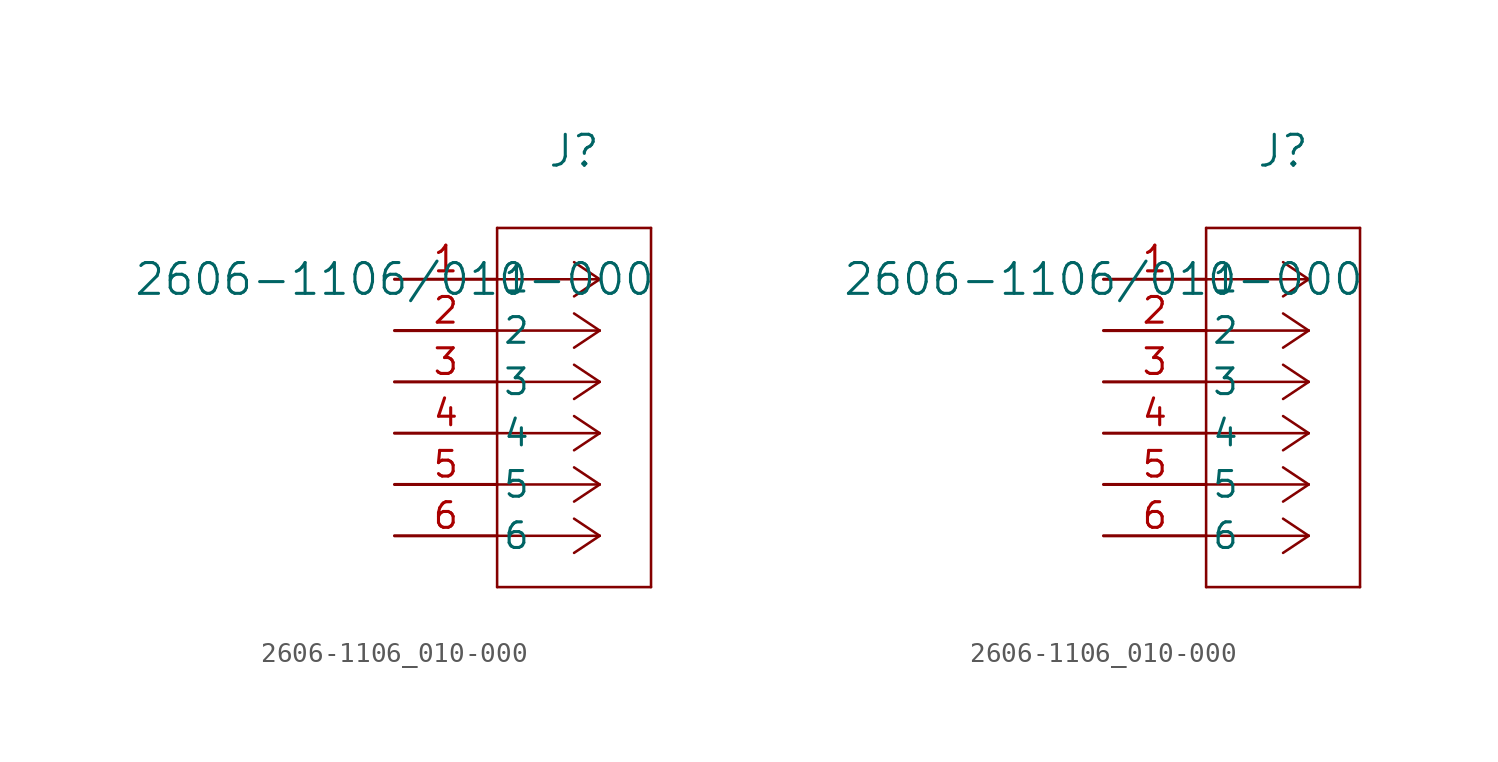
<source format=kicad_sym>
(kicad_symbol_lib
  (version 20211014)
  (generator kicad_symbol_editor)
  (symbol "2606-1106_010-000"
    (pin_names
      (offset 0.254))
    (property "Reference" "J"
      (at 8.89 6.35 0)
      (effects (font (size 1.524 1.524))))
    (property "Value" "2606-1106/010-000"
      (at 0 0 0)
      (effects (font (size 1.524 1.524))))
    (symbol "2606-1106_010-000_1_1"
      (polyline (pts (xy 10.16 0) (xy 5.08 0)) (stroke (width 0.127) (type default) (color 0 0 0 0)) (fill (type none)))
      (polyline (pts (xy 10.16 -2.54) (xy 5.08 -2.54)) (stroke (width 0.127) (type default) (color 0 0 0 0)) (fill (type none)))
      (polyline (pts (xy 10.16 -5.08) (xy 5.08 -5.08)) (stroke (width 0.127) (type default) (color 0 0 0 0)) (fill (type none)))
      (polyline (pts (xy 10.16 -7.62) (xy 5.08 -7.62)) (stroke (width 0.127) (type default) (color 0 0 0 0)) (fill (type none)))
      (polyline (pts (xy 10.16 -10.16) (xy 5.08 -10.16)) (stroke (width 0.127) (type default) (color 0 0 0 0)) (fill (type none)))
      (polyline (pts (xy 10.16 -12.7) (xy 5.08 -12.7)) (stroke (width 0.127) (type default) (color 0 0 0 0)) (fill (type none)))
      (polyline (pts (xy 10.16 0) (xy 8.89 0.847)) (stroke (width 0.127) (type default) (color 0 0 0 0)) (fill (type none)))
      (polyline (pts (xy 10.16 -2.54) (xy 8.89 -1.693)) (stroke (width 0.127) (type default) (color 0 0 0 0)) (fill (type none)))
      (polyline (pts (xy 10.16 -5.08) (xy 8.89 -4.233)) (stroke (width 0.127) (type default) (color 0 0 0 0)) (fill (type none)))
      (polyline (pts (xy 10.16 -7.62) (xy 8.89 -6.773)) (stroke (width 0.127) (type default) (color 0 0 0 0)) (fill (type none)))
      (polyline (pts (xy 10.16 -10.16) (xy 8.89 -9.313)) (stroke (width 0.127) (type default) (color 0 0 0 0)) (fill (type none)))
      (polyline (pts (xy 10.16 -12.7) (xy 8.89 -11.853)) (stroke (width 0.127) (type default) (color 0 0 0 0)) (fill (type none)))
      (polyline (pts (xy 10.16 0) (xy 8.89 -0.847)) (stroke (width 0.127) (type default) (color 0 0 0 0)) (fill (type none)))
      (polyline (pts (xy 10.16 -2.54) (xy 8.89 -3.387)) (stroke (width 0.127) (type default) (color 0 0 0 0)) (fill (type none)))
      (polyline (pts (xy 10.16 -5.08) (xy 8.89 -5.927)) (stroke (width 0.127) (type default) (color 0 0 0 0)) (fill (type none)))
      (polyline (pts (xy 10.16 -7.62) (xy 8.89 -8.467)) (stroke (width 0.127) (type default) (color 0 0 0 0)) (fill (type none)))
      (polyline (pts (xy 10.16 -10.16) (xy 8.89 -11.007)) (stroke (width 0.127) (type default) (color 0 0 0 0)) (fill (type none)))
      (polyline (pts (xy 10.16 -12.7) (xy 8.89 -13.547)) (stroke (width 0.127) (type default) (color 0 0 0 0)) (fill (type none)))
      (polyline (pts (xy 5.08 2.54) (xy 5.08 -15.24)) (stroke (width 0.127) (type default) (color 0 0 0 0)) (fill (type none)))
      (polyline (pts (xy 5.08 -15.24) (xy 12.7 -15.24)) (stroke (width 0.127) (type default) (color 0 0 0 0)) (fill (type none)))
      (polyline (pts (xy 12.7 -15.24) (xy 12.7 2.54)) (stroke (width 0.127) (type default) (color 0 0 0 0)) (fill (type none)))
      (polyline (pts (xy 12.7 2.54) (xy 5.08 2.54)) (stroke (width 0.127) (type default) (color 0 0 0 0)) (fill (type none)))
      (pin unspecified line (at 0 0 0) (length 5.08) (name "1" (effects (font (size 1.27 1.27)))) (number "1" (effects (font (size 1.27 1.27)))))
      (pin unspecified line (at 0 -2.54 0) (length 5.08) (name "2" (effects (font (size 1.27 1.27)))) (number "2" (effects (font (size 1.27 1.27)))))
      (pin unspecified line (at 0 -5.08 0) (length 5.08) (name "3" (effects (font (size 1.27 1.27)))) (number "3" (effects (font (size 1.27 1.27)))))
      (pin unspecified line (at 0 -7.62 0) (length 5.08) (name "4" (effects (font (size 1.27 1.27)))) (number "4" (effects (font (size 1.27 1.27)))))
      (pin unspecified line (at 0 -10.16 0) (length 5.08) (name "5" (effects (font (size 1.27 1.27)))) (number "5" (effects (font (size 1.27 1.27)))))
      (pin unspecified line (at 0 -12.7 0) (length 5.08) (name "6" (effects (font (size 1.27 1.27)))) (number "6" (effects (font (size 1.27 1.27))))))
    (symbol "2606-1106_010-000_1_2"
      (polyline (pts (xy 10.16 0) (xy 5.08 0)) (stroke (width 0.127) (type default) (color 0 0 0 0)) (fill (type none)))
      (polyline (pts (xy 10.16 -2.54) (xy 5.08 -2.54)) (stroke (width 0.127) (type default) (color 0 0 0 0)) (fill (type none)))
      (polyline (pts (xy 10.16 -5.08) (xy 5.08 -5.08)) (stroke (width 0.127) (type default) (color 0 0 0 0)) (fill (type none)))
      (polyline (pts (xy 10.16 -7.62) (xy 5.08 -7.62)) (stroke (width 0.127) (type default) (color 0 0 0 0)) (fill (type none)))
      (polyline (pts (xy 10.16 -10.16) (xy 5.08 -10.16)) (stroke (width 0.127) (type default) (color 0 0 0 0)) (fill (type none)))
      (polyline (pts (xy 10.16 -12.7) (xy 5.08 -12.7)) (stroke (width 0.127) (type default) (color 0 0 0 0)) (fill (type none)))
      (polyline (pts (xy 10.16 0) (xy 8.89 0.847)) (stroke (width 0.127) (type default) (color 0 0 0 0)) (fill (type none)))
      (polyline (pts (xy 10.16 -2.54) (xy 8.89 -1.693)) (stroke (width 0.127) (type default) (color 0 0 0 0)) (fill (type none)))
      (polyline (pts (xy 10.16 -5.08) (xy 8.89 -4.233)) (stroke (width 0.127) (type default) (color 0 0 0 0)) (fill (type none)))
      (polyline (pts (xy 10.16 -7.62) (xy 8.89 -6.773)) (stroke (width 0.127) (type default) (color 0 0 0 0)) (fill (type none)))
      (polyline (pts (xy 10.16 -10.16) (xy 8.89 -9.313)) (stroke (width 0.127) (type default) (color 0 0 0 0)) (fill (type none)))
      (polyline (pts (xy 10.16 -12.7) (xy 8.89 -11.853)) (stroke (width 0.127) (type default) (color 0 0 0 0)) (fill (type none)))
      (polyline (pts (xy 10.16 0) (xy 8.89 -0.847)) (stroke (width 0.127) (type default) (color 0 0 0 0)) (fill (type none)))
      (polyline (pts (xy 10.16 -2.54) (xy 8.89 -3.387)) (stroke (width 0.127) (type default) (color 0 0 0 0)) (fill (type none)))
      (polyline (pts (xy 10.16 -5.08) (xy 8.89 -5.927)) (stroke (width 0.127) (type default) (color 0 0 0 0)) (fill (type none)))
      (polyline (pts (xy 10.16 -7.62) (xy 8.89 -8.467)) (stroke (width 0.127) (type default) (color 0 0 0 0)) (fill (type none)))
      (polyline (pts (xy 10.16 -10.16) (xy 8.89 -11.007)) (stroke (width 0.127) (type default) (color 0 0 0 0)) (fill (type none)))
      (polyline (pts (xy 10.16 -12.7) (xy 8.89 -13.547)) (stroke (width 0.127) (type default) (color 0 0 0 0)) (fill (type none)))
      (polyline (pts (xy 5.08 2.54) (xy 5.08 -15.24)) (stroke (width 0.127) (type default) (color 0 0 0 0)) (fill (type none)))
      (polyline (pts (xy 5.08 -15.24) (xy 12.7 -15.24)) (stroke (width 0.127) (type default) (color 0 0 0 0)) (fill (type none)))
      (polyline (pts (xy 12.7 -15.24) (xy 12.7 2.54)) (stroke (width 0.127) (type default) (color 0 0 0 0)) (fill (type none)))
      (polyline (pts (xy 12.7 2.54) (xy 5.08 2.54)) (stroke (width 0.127) (type default) (color 0 0 0 0)) (fill (type none)))
      (pin unspecified line (at 0 0 0) (length 5.08) (name "1" (effects (font (size 1.27 1.27)))) (number "1" (effects (font (size 1.27 1.27)))))
      (pin unspecified line (at 0 -2.54 0) (length 5.08) (name "2" (effects (font (size 1.27 1.27)))) (number "2" (effects (font (size 1.27 1.27)))))
      (pin unspecified line (at 0 -5.08 0) (length 5.08) (name "3" (effects (font (size 1.27 1.27)))) (number "3" (effects (font (size 1.27 1.27)))))
      (pin unspecified line (at 0 -7.62 0) (length 5.08) (name "4" (effects (font (size 1.27 1.27)))) (number "4" (effects (font (size 1.27 1.27)))))
      (pin unspecified line (at 0 -10.16 0) (length 5.08) (name "5" (effects (font (size 1.27 1.27)))) (number "5" (effects (font (size 1.27 1.27)))))
      (pin unspecified line (at 0 -12.7 0) (length 5.08) (name "6" (effects (font (size 1.27 1.27)))) (number "6" (effects (font (size 1.27 1.27))))))))
</source>
